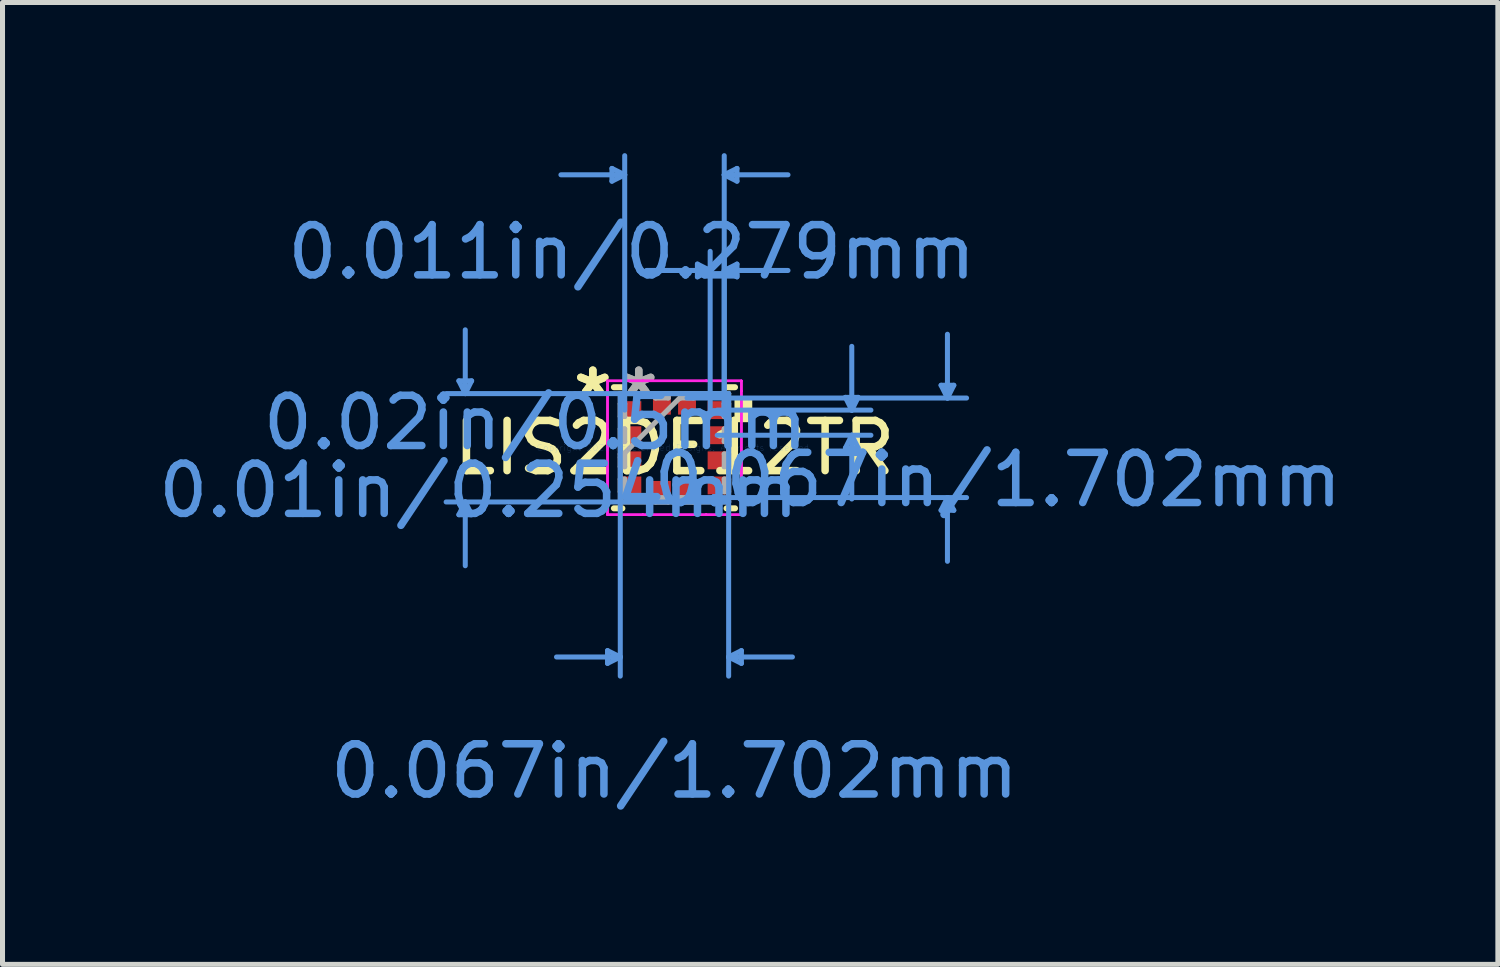
<source format=kicad_pcb>
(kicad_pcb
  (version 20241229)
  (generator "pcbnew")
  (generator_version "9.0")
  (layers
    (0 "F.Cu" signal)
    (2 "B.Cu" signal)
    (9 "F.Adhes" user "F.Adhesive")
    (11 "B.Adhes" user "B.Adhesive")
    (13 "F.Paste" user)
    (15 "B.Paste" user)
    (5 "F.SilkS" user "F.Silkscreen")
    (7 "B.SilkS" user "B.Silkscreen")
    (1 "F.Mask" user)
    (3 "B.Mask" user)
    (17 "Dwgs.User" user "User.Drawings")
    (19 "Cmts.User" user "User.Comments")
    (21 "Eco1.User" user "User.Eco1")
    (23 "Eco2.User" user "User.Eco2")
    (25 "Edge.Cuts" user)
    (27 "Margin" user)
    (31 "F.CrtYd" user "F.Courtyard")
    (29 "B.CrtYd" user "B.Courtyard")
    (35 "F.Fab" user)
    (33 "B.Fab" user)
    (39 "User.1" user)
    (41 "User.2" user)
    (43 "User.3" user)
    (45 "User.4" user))
  (footprint "LIS2DE12TR"
    (layer "F.Cu")
    (at 10.381 5.867)
    (property "Reference" "LIS2DE12TR" (at 0 0 0) (layer "F.SilkS") (effects (font (size 1 1) (thickness 0.15))))
    (attr through_hole)
    (fp_line (start -1.206 1.206) (end -1.037 1.206) (stroke (width 0.12) (type solid)) (layer "F.SilkS"))
    (fp_line (start -1.037 -1.206) (end -1.206 -1.206) (stroke (width 0.12) (type solid)) (layer "F.SilkS"))
    (fp_line (start 1.037 1.206) (end 1.206 1.206) (stroke (width 0.12) (type solid)) (layer "F.SilkS"))
    (fp_line (start 1.206 -1.206) (end 1.037 -1.206) (stroke (width 0.12) (type solid)) (layer "F.SilkS"))
    (fp_poly (pts (xy 1.499 -0.941) (xy 1.499 -0.56) (xy 1.245 -0.56) (xy 1.245 -0.941)) (stroke (width 0.1) (type solid)) (fill yes) (layer "F.SilkS"))
    (fp_line (start -4.293 -1.333) (end -4.039 -1.333) (stroke (width 0.1) (type solid)) (layer "Cmts.User"))
    (fp_line (start -4.293 1.333) (end -4.039 1.333) (stroke (width 0.1) (type solid)) (layer "Cmts.User"))
    (fp_line (start -4.166 -1.079) (end -4.293 -1.333) (stroke (width 0.1) (type solid)) (layer "Cmts.User"))
    (fp_line (start -4.166 -1.079) (end -4.166 -2.349) (stroke (width 0.1) (type solid)) (layer "Cmts.User"))
    (fp_line (start -4.166 -1.079) (end -4.039 -1.333) (stroke (width 0.1) (type solid)) (layer "Cmts.User"))
    (fp_line (start -4.166 1.079) (end -4.293 1.333) (stroke (width 0.1) (type solid)) (layer "Cmts.User"))
    (fp_line (start -4.166 1.079) (end -4.166 2.349) (stroke (width 0.1) (type solid)) (layer "Cmts.User"))
    (fp_line (start -4.166 1.079) (end -4.039 1.333) (stroke (width 0.1) (type solid)) (layer "Cmts.User"))
    (fp_line (start -1.333 4.039) (end -1.333 4.293) (stroke (width 0.1) (type solid)) (layer "Cmts.User"))
    (fp_line (start -1.245 -5.563) (end -1.245 -5.309) (stroke (width 0.1) (type solid)) (layer "Cmts.User"))
    (fp_line (start -1.079 -1.079) (end -1.079 4.547) (stroke (width 0.1) (type solid)) (layer "Cmts.User"))
    (fp_line (start -1.079 4.166) (end -2.349 4.166) (stroke (width 0.1) (type solid)) (layer "Cmts.User"))
    (fp_line (start -1.079 4.166) (end -1.333 4.039) (stroke (width 0.1) (type solid)) (layer "Cmts.User"))
    (fp_line (start -1.079 4.166) (end -1.333 4.293) (stroke (width 0.1) (type solid)) (layer "Cmts.User"))
    (fp_line (start -0.991 -5.436) (end -2.261 -5.436) (stroke (width 0.1) (type solid)) (layer "Cmts.User"))
    (fp_line (start -0.991 -5.436) (end -1.245 -5.563) (stroke (width 0.1) (type solid)) (layer "Cmts.User"))
    (fp_line (start -0.991 -5.436) (end -1.245 -5.309) (stroke (width 0.1) (type solid)) (layer "Cmts.User"))
    (fp_line (start -0.991 -0.75) (end -0.991 -5.817) (stroke (width 0.1) (type solid)) (layer "Cmts.User"))
    (fp_line (start 0.25 -0.991) (end 5.817 -0.991) (stroke (width 0.1) (type solid)) (layer "Cmts.User"))
    (fp_line (start 0.25 0.991) (end 5.817 0.991) (stroke (width 0.1) (type solid)) (layer "Cmts.User"))
    (fp_line (start 0.457 -3.658) (end 0.457 -3.404) (stroke (width 0.1) (type solid)) (layer "Cmts.User"))
    (fp_line (start 0.711 -3.531) (end -0.559 -3.531) (stroke (width 0.1) (type solid)) (layer "Cmts.User"))
    (fp_line (start 0.711 -3.531) (end 0.457 -3.658) (stroke (width 0.1) (type solid)) (layer "Cmts.User"))
    (fp_line (start 0.711 -3.531) (end 0.457 -3.404) (stroke (width 0.1) (type solid)) (layer "Cmts.User"))
    (fp_line (start 0.711 -0.75) (end 0.711 -3.912) (stroke (width 0.1) (type solid)) (layer "Cmts.User"))
    (fp_line (start 0.851 -0.75) (end 3.912 -0.75) (stroke (width 0.1) (type solid)) (layer "Cmts.User"))
    (fp_line (start 0.851 -0.25) (end 3.912 -0.25) (stroke (width 0.1) (type solid)) (layer "Cmts.User"))
    (fp_line (start 0.991 -5.436) (end 1.245 -5.563) (stroke (width 0.1) (type solid)) (layer "Cmts.User"))
    (fp_line (start 0.991 -5.436) (end 1.245 -5.309) (stroke (width 0.1) (type solid)) (layer "Cmts.User"))
    (fp_line (start 0.991 -5.436) (end 2.261 -5.436) (stroke (width 0.1) (type solid)) (layer "Cmts.User"))
    (fp_line (start 0.991 -3.531) (end 1.245 -3.658) (stroke (width 0.1) (type solid)) (layer "Cmts.User"))
    (fp_line (start 0.991 -3.531) (end 1.245 -3.404) (stroke (width 0.1) (type solid)) (layer "Cmts.User"))
    (fp_line (start 0.991 -3.531) (end 2.261 -3.531) (stroke (width 0.1) (type solid)) (layer "Cmts.User"))
    (fp_line (start 0.991 -0.75) (end 0.991 -5.817) (stroke (width 0.1) (type solid)) (layer "Cmts.User"))
    (fp_line (start 0.991 -0.75) (end 0.991 -3.912) (stroke (width 0.1) (type solid)) (layer "Cmts.User"))
    (fp_line (start 1.079 -1.079) (end -4.547 -1.079) (stroke (width 0.1) (type solid)) (layer "Cmts.User"))
    (fp_line (start 1.079 -1.079) (end 1.079 4.547) (stroke (width 0.1) (type solid)) (layer "Cmts.User"))
    (fp_line (start 1.079 1.079) (end -4.547 1.079) (stroke (width 0.1) (type solid)) (layer "Cmts.User"))
    (fp_line (start 1.079 4.166) (end 1.333 4.039) (stroke (width 0.1) (type solid)) (layer "Cmts.User"))
    (fp_line (start 1.079 4.166) (end 1.333 4.293) (stroke (width 0.1) (type solid)) (layer "Cmts.User"))
    (fp_line (start 1.079 4.166) (end 2.349 4.166) (stroke (width 0.1) (type solid)) (layer "Cmts.User"))
    (fp_line (start 1.245 -5.563) (end 1.245 -5.309) (stroke (width 0.1) (type solid)) (layer "Cmts.User"))
    (fp_line (start 1.245 -3.658) (end 1.245 -3.404) (stroke (width 0.1) (type solid)) (layer "Cmts.User"))
    (fp_line (start 1.333 4.039) (end 1.333 4.293) (stroke (width 0.1) (type solid)) (layer "Cmts.User"))
    (fp_line (start 3.404 -1.004) (end 3.658 -1.004) (stroke (width 0.1) (type solid)) (layer "Cmts.User"))
    (fp_line (start 3.404 0.004) (end 3.658 0.004) (stroke (width 0.1) (type solid)) (layer "Cmts.User"))
    (fp_line (start 3.531 -0.75) (end 3.404 -1.004) (stroke (width 0.1) (type solid)) (layer "Cmts.User"))
    (fp_line (start 3.531 -0.75) (end 3.531 -2.02) (stroke (width 0.1) (type solid)) (layer "Cmts.User"))
    (fp_line (start 3.531 -0.75) (end 3.658 -1.004) (stroke (width 0.1) (type solid)) (layer "Cmts.User"))
    (fp_line (start 3.531 -0.25) (end 3.404 0.004) (stroke (width 0.1) (type solid)) (layer "Cmts.User"))
    (fp_line (start 3.531 -0.25) (end 3.531 1.02) (stroke (width 0.1) (type solid)) (layer "Cmts.User"))
    (fp_line (start 3.531 -0.25) (end 3.658 0.004) (stroke (width 0.1) (type solid)) (layer "Cmts.User"))
    (fp_line (start 5.309 -1.245) (end 5.563 -1.245) (stroke (width 0.1) (type solid)) (layer "Cmts.User"))
    (fp_line (start 5.309 1.245) (end 5.563 1.245) (stroke (width 0.1) (type solid)) (layer "Cmts.User"))
    (fp_line (start 5.436 -0.991) (end 5.309 -1.245) (stroke (width 0.1) (type solid)) (layer "Cmts.User"))
    (fp_line (start 5.436 -0.991) (end 5.436 -2.261) (stroke (width 0.1) (type solid)) (layer "Cmts.User"))
    (fp_line (start 5.436 -0.991) (end 5.563 -1.245) (stroke (width 0.1) (type solid)) (layer "Cmts.User"))
    (fp_line (start 5.436 0.991) (end 5.309 1.245) (stroke (width 0.1) (type solid)) (layer "Cmts.User"))
    (fp_line (start 5.436 0.991) (end 5.436 2.261) (stroke (width 0.1) (type solid)) (layer "Cmts.User"))
    (fp_line (start 5.436 0.991) (end 5.563 1.245) (stroke (width 0.1) (type solid)) (layer "Cmts.User"))
    (fp_line (start -1.333 -1.333) (end -0.631 -1.333) (stroke (width 0.05) (type solid)) (layer "F.CrtYd"))
    (fp_line (start -1.333 -1.333) (end -0.631 -1.333) (stroke (width 0.05) (type solid)) (layer "F.CrtYd"))
    (fp_line (start -1.333 -1.131) (end -1.333 -1.333) (stroke (width 0.05) (type solid)) (layer "F.CrtYd"))
    (fp_line (start -1.333 -1.131) (end -1.333 -1.333) (stroke (width 0.05) (type solid)) (layer "F.CrtYd"))
    (fp_line (start -1.333 -1.131) (end -1.333 -1.131) (stroke (width 0.05) (type solid)) (layer "F.CrtYd"))
    (fp_line (start -1.333 -1.131) (end -1.333 -1.131) (stroke (width 0.05) (type solid)) (layer "F.CrtYd"))
    (fp_line (start -1.333 1.131) (end -1.333 -1.131) (stroke (width 0.05) (type solid)) (layer "F.CrtYd"))
    (fp_line (start -1.333 1.131) (end -1.333 -1.131) (stroke (width 0.05) (type solid)) (layer "F.CrtYd"))
    (fp_line (start -1.333 1.131) (end -1.333 1.131) (stroke (width 0.05) (type solid)) (layer "F.CrtYd"))
    (fp_line (start -1.333 1.131) (end -1.333 1.131) (stroke (width 0.05) (type solid)) (layer "F.CrtYd"))
    (fp_line (start -1.333 1.333) (end -1.333 1.131) (stroke (width 0.05) (type solid)) (layer "F.CrtYd"))
    (fp_line (start -1.333 1.333) (end -1.333 1.131) (stroke (width 0.05) (type solid)) (layer "F.CrtYd"))
    (fp_line (start -0.631 -1.333) (end -0.631 -1.333) (stroke (width 0.05) (type solid)) (layer "F.CrtYd"))
    (fp_line (start -0.631 -1.333) (end -0.631 -1.333) (stroke (width 0.05) (type solid)) (layer "F.CrtYd"))
    (fp_line (start -0.631 -1.333) (end 0.631 -1.333) (stroke (width 0.05) (type solid)) (layer "F.CrtYd"))
    (fp_line (start -0.631 -1.333) (end 0.631 -1.333) (stroke (width 0.05) (type solid)) (layer "F.CrtYd"))
    (fp_line (start -0.631 1.333) (end -1.333 1.333) (stroke (width 0.05) (type solid)) (layer "F.CrtYd"))
    (fp_line (start -0.631 1.333) (end -1.333 1.333) (stroke (width 0.05) (type solid)) (layer "F.CrtYd"))
    (fp_line (start -0.631 1.333) (end -0.631 1.333) (stroke (width 0.05) (type solid)) (layer "F.CrtYd"))
    (fp_line (start -0.631 1.333) (end -0.631 1.333) (stroke (width 0.05) (type solid)) (layer "F.CrtYd"))
    (fp_line (start 0.631 -1.333) (end 0.631 -1.333) (stroke (width 0.05) (type solid)) (layer "F.CrtYd"))
    (fp_line (start 0.631 -1.333) (end 0.631 -1.333) (stroke (width 0.05) (type solid)) (layer "F.CrtYd"))
    (fp_line (start 0.631 -1.333) (end 1.333 -1.333) (stroke (width 0.05) (type solid)) (layer "F.CrtYd"))
    (fp_line (start 0.631 -1.333) (end 1.333 -1.333) (stroke (width 0.05) (type solid)) (layer "F.CrtYd"))
    (fp_line (start 0.631 1.333) (end -0.631 1.333) (stroke (width 0.05) (type solid)) (layer "F.CrtYd"))
    (fp_line (start 0.631 1.333) (end -0.631 1.333) (stroke (width 0.05) (type solid)) (layer "F.CrtYd"))
    (fp_line (start 0.631 1.333) (end 0.631 1.333) (stroke (width 0.05) (type solid)) (layer "F.CrtYd"))
    (fp_line (start 0.631 1.333) (end 0.631 1.333) (stroke (width 0.05) (type solid)) (layer "F.CrtYd"))
    (fp_line (start 1.333 -1.333) (end 1.333 -1.131) (stroke (width 0.05) (type solid)) (layer "F.CrtYd"))
    (fp_line (start 1.333 -1.333) (end 1.333 -1.131) (stroke (width 0.05) (type solid)) (layer "F.CrtYd"))
    (fp_line (start 1.333 -1.131) (end 1.333 -1.131) (stroke (width 0.05) (type solid)) (layer "F.CrtYd"))
    (fp_line (start 1.333 -1.131) (end 1.333 -1.131) (stroke (width 0.05) (type solid)) (layer "F.CrtYd"))
    (fp_line (start 1.333 -1.131) (end 1.333 1.131) (stroke (width 0.05) (type solid)) (layer "F.CrtYd"))
    (fp_line (start 1.333 -1.131) (end 1.333 1.131) (stroke (width 0.05) (type solid)) (layer "F.CrtYd"))
    (fp_line (start 1.333 1.131) (end 1.333 1.131) (stroke (width 0.05) (type solid)) (layer "F.CrtYd"))
    (fp_line (start 1.333 1.131) (end 1.333 1.131) (stroke (width 0.05) (type solid)) (layer "F.CrtYd"))
    (fp_line (start 1.333 1.131) (end 1.333 1.333) (stroke (width 0.05) (type solid)) (layer "F.CrtYd"))
    (fp_line (start 1.333 1.131) (end 1.333 1.333) (stroke (width 0.05) (type solid)) (layer "F.CrtYd"))
    (fp_line (start 1.333 1.333) (end 0.631 1.333) (stroke (width 0.05) (type solid)) (layer "F.CrtYd"))
    (fp_line (start 1.333 1.333) (end 0.631 1.333) (stroke (width 0.05) (type solid)) (layer "F.CrtYd"))
    (fp_line (start -1.079 -1.079) (end -1.079 -1.079) (stroke (width 0.1) (type solid)) (layer "F.Fab"))
    (fp_line (start -1.079 -1.079) (end -1.079 1.079) (stroke (width 0.1) (type solid)) (layer "F.Fab"))
    (fp_line (start -1.079 -0.877) (end -0.991 -0.877) (stroke (width 0.1) (type solid)) (layer "F.Fab"))
    (fp_line (start -1.079 -0.623) (end -1.079 -0.877) (stroke (width 0.1) (type solid)) (layer "F.Fab"))
    (fp_line (start -1.079 -0.377) (end -0.991 -0.377) (stroke (width 0.1) (type solid)) (layer "F.Fab"))
    (fp_line (start -1.079 -0.123) (end -1.079 -0.377) (stroke (width 0.1) (type solid)) (layer "F.Fab"))
    (fp_line (start -1.079 0.123) (end -0.991 0.123) (stroke (width 0.1) (type solid)) (layer "F.Fab"))
    (fp_line (start -1.079 0.191) (end 0.191 -1.079) (stroke (width 0.1) (type solid)) (layer "F.Fab"))
    (fp_line (start -1.079 0.377) (end -1.079 0.123) (stroke (width 0.1) (type solid)) (layer "F.Fab"))
    (fp_line (start -1.079 0.623) (end -0.991 0.623) (stroke (width 0.1) (type solid)) (layer "F.Fab"))
    (fp_line (start -1.079 0.877) (end -1.079 0.623) (stroke (width 0.1) (type solid)) (layer "F.Fab"))
    (fp_line (start -1.079 1.079) (end -1.079 1.079) (stroke (width 0.1) (type solid)) (layer "F.Fab"))
    (fp_line (start -1.079 1.079) (end 1.079 1.079) (stroke (width 0.1) (type solid)) (layer "F.Fab"))
    (fp_line (start -0.991 -0.877) (end -0.991 -0.623) (stroke (width 0.1) (type solid)) (layer "F.Fab"))
    (fp_line (start -0.991 -0.623) (end -1.079 -0.623) (stroke (width 0.1) (type solid)) (layer "F.Fab"))
    (fp_line (start -0.991 -0.377) (end -0.991 -0.123) (stroke (width 0.1) (type solid)) (layer "F.Fab"))
    (fp_line (start -0.991 -0.123) (end -1.079 -0.123) (stroke (width 0.1) (type solid)) (layer "F.Fab"))
    (fp_line (start -0.991 0.123) (end -0.991 0.377) (stroke (width 0.1) (type solid)) (layer "F.Fab"))
    (fp_line (start -0.991 0.377) (end -1.079 0.377) (stroke (width 0.1) (type solid)) (layer "F.Fab"))
    (fp_line (start -0.991 0.623) (end -0.991 0.877) (stroke (width 0.1) (type solid)) (layer "F.Fab"))
    (fp_line (start -0.991 0.877) (end -1.079 0.877) (stroke (width 0.1) (type solid)) (layer "F.Fab"))
    (fp_line (start -0.377 -1.079) (end -0.123 -1.079) (stroke (width 0.1) (type solid)) (layer "F.Fab"))
    (fp_line (start -0.377 -0.991) (end -0.377 -1.079) (stroke (width 0.1) (type solid)) (layer "F.Fab"))
    (fp_line (start -0.377 0.991) (end -0.123 0.991) (stroke (width 0.1) (type solid)) (layer "F.Fab"))
    (fp_line (start -0.377 1.079) (end -0.377 0.991) (stroke (width 0.1) (type solid)) (layer "F.Fab"))
    (fp_line (start -0.123 -1.079) (end -0.123 -0.991) (stroke (width 0.1) (type solid)) (layer "F.Fab"))
    (fp_line (start -0.123 -0.991) (end -0.377 -0.991) (stroke (width 0.1) (type solid)) (layer "F.Fab"))
    (fp_line (start -0.123 0.991) (end -0.123 1.079) (stroke (width 0.1) (type solid)) (layer "F.Fab"))
    (fp_line (start -0.123 1.079) (end -0.377 1.079) (stroke (width 0.1) (type solid)) (layer "F.Fab"))
    (fp_line (start 0.123 -1.079) (end 0.377 -1.079) (stroke (width 0.1) (type solid)) (layer "F.Fab"))
    (fp_line (start 0.123 -0.991) (end 0.123 -1.079) (stroke (width 0.1) (type solid)) (layer "F.Fab"))
    (fp_line (start 0.123 0.991) (end 0.377 0.991) (stroke (width 0.1) (type solid)) (layer "F.Fab"))
    (fp_line (start 0.123 1.079) (end 0.123 0.991) (stroke (width 0.1) (type solid)) (layer "F.Fab"))
    (fp_line (start 0.377 -1.079) (end 0.377 -0.991) (stroke (width 0.1) (type solid)) (layer "F.Fab"))
    (fp_line (start 0.377 -0.991) (end 0.123 -0.991) (stroke (width 0.1) (type solid)) (layer "F.Fab"))
    (fp_line (start 0.377 0.991) (end 0.377 1.079) (stroke (width 0.1) (type solid)) (layer "F.Fab"))
    (fp_line (start 0.377 1.079) (end 0.123 1.079) (stroke (width 0.1) (type solid)) (layer "F.Fab"))
    (fp_line (start 0.991 -0.877) (end 1.079 -0.877) (stroke (width 0.1) (type solid)) (layer "F.Fab"))
    (fp_line (start 0.991 -0.623) (end 0.991 -0.877) (stroke (width 0.1) (type solid)) (layer "F.Fab"))
    (fp_line (start 0.991 -0.377) (end 1.079 -0.377) (stroke (width 0.1) (type solid)) (layer "F.Fab"))
    (fp_line (start 0.991 -0.123) (end 0.991 -0.377) (stroke (width 0.1) (type solid)) (layer "F.Fab"))
    (fp_line (start 0.991 0.123) (end 1.079 0.123) (stroke (width 0.1) (type solid)) (layer "F.Fab"))
    (fp_line (start 0.991 0.377) (end 0.991 0.123) (stroke (width 0.1) (type solid)) (layer "F.Fab"))
    (fp_line (start 0.991 0.623) (end 1.079 0.623) (stroke (width 0.1) (type solid)) (layer "F.Fab"))
    (fp_line (start 0.991 0.877) (end 0.991 0.623) (stroke (width 0.1) (type solid)) (layer "F.Fab"))
    (fp_line (start 1.079 -1.079) (end -1.079 -1.079) (stroke (width 0.1) (type solid)) (layer "F.Fab"))
    (fp_line (start 1.079 -1.079) (end 1.079 -1.079) (stroke (width 0.1) (type solid)) (layer "F.Fab"))
    (fp_line (start 1.079 -0.877) (end 1.079 -0.623) (stroke (width 0.1) (type solid)) (layer "F.Fab"))
    (fp_line (start 1.079 -0.623) (end 0.991 -0.623) (stroke (width 0.1) (type solid)) (layer "F.Fab"))
    (fp_line (start 1.079 -0.377) (end 1.079 -0.123) (stroke (width 0.1) (type solid)) (layer "F.Fab"))
    (fp_line (start 1.079 -0.123) (end 0.991 -0.123) (stroke (width 0.1) (type solid)) (layer "F.Fab"))
    (fp_line (start 1.079 0.123) (end 1.079 0.377) (stroke (width 0.1) (type solid)) (layer "F.Fab"))
    (fp_line (start 1.079 0.377) (end 0.991 0.377) (stroke (width 0.1) (type solid)) (layer "F.Fab"))
    (fp_line (start 1.079 0.623) (end 1.079 0.877) (stroke (width 0.1) (type solid)) (layer "F.Fab"))
    (fp_line (start 1.079 0.877) (end 0.991 0.877) (stroke (width 0.1) (type solid)) (layer "F.Fab"))
    (fp_line (start 1.079 1.079) (end 1.079 -1.079) (stroke (width 0.1) (type solid)) (layer "F.Fab"))
    (fp_line (start 1.079 1.079) (end 1.079 1.079) (stroke (width 0.1) (type solid)) (layer "F.Fab"))
    (fp_text user "*" (at -1.626 -1 0) (layer "F.SilkS") (effects (font (size 1 1) (thickness 0.15))))
    (fp_text user "*" (at -1.626 -1 0) (layer "F.SilkS") (effects (font (size 1 1) (thickness 0.15))))
    (fp_text user "0.067in/1.702mm" (at 0 6.439 0) (layer "Cmts.User") (effects (font (size 1 1) (thickness 0.15))))
    (fp_text user "0.067in/1.702mm" (at 6.439 0.635 0) (layer "Cmts.User") (effects (font (size 1 1) (thickness 0.15))))
    (fp_text user "Copyright 2021 Accelerated Designs. All rights reserved." (at 0 0 0) (layer "Cmts.User") (effects (font (size 0.127 0.127) (thickness 0.002))))
    (fp_text user "0.01in/0.254mm" (at -3.899 0.851 0) (layer "Cmts.User") (effects (font (size 1 1) (thickness 0.15))))
    (fp_text user "0.02in/0.5mm" (at -2.769 -0.5 0) (layer "Cmts.User") (effects (font (size 1 1) (thickness 0.15))))
    (fp_text user "0.011in/0.279mm" (at -0.851 -3.899 0) (layer "Cmts.User") (effects (font (size 1 1) (thickness 0.15))))
    (fp_text user "*" (at -0.711 -1 0) (layer "F.Fab") (effects (font (size 1 1) (thickness 0.15))))
    (fp_text user "*" (at -0.711 -1 0) (layer "F.Fab") (effects (font (size 1 1) (thickness 0.15))))
    (pad "1" smd rect (at -0.851 -0.75 90) (size 0.356 0.381) (layers "F.Cu" "F.Mask" "F.Paste"))
    (pad "2" smd rect (at -0.851 -0.25 90) (size 0.356 0.381) (layers "F.Cu" "F.Mask" "F.Paste"))
    (pad "3" smd rect (at -0.851 0.25 90) (size 0.356 0.381) (layers "F.Cu" "F.Mask" "F.Paste"))
    (pad "4" smd rect (at -0.851 0.75 90) (size 0.356 0.381) (layers "F.Cu" "F.Mask" "F.Paste"))
    (pad "5" smd rect (at -0.25 0.851) (size 0.356 0.381) (layers "F.Cu" "F.Mask" "F.Paste"))
    (pad "6" smd rect (at 0.25 0.851) (size 0.356 0.381) (layers "F.Cu" "F.Mask" "F.Paste"))
    (pad "7" smd rect (at 0.851 0.75 90) (size 0.356 0.381) (layers "F.Cu" "F.Mask" "F.Paste"))
    (pad "8" smd rect (at 0.851 0.25 90) (size 0.356 0.381) (layers "F.Cu" "F.Mask" "F.Paste"))
    (pad "9" smd rect (at 0.851 -0.25 90) (size 0.356 0.381) (layers "F.Cu" "F.Mask" "F.Paste"))
    (pad "10" smd rect (at 0.851 -0.75 90) (size 0.356 0.381) (layers "F.Cu" "F.Mask" "F.Paste"))
    (pad "11" smd rect (at 0.25 -0.851) (size 0.356 0.381) (layers "F.Cu" "F.Mask" "F.Paste"))
    (pad "12" smd rect (at -0.25 -0.851) (size 0.356 0.381) (layers "F.Cu" "F.Mask" "F.Paste")))
  (gr_rect
    (start -3 -3)
    (end 26.778 16.154)
    (stroke (width 0.1) (type default))
    (fill no)
    (layer "Edge.Cuts")))
</source>
